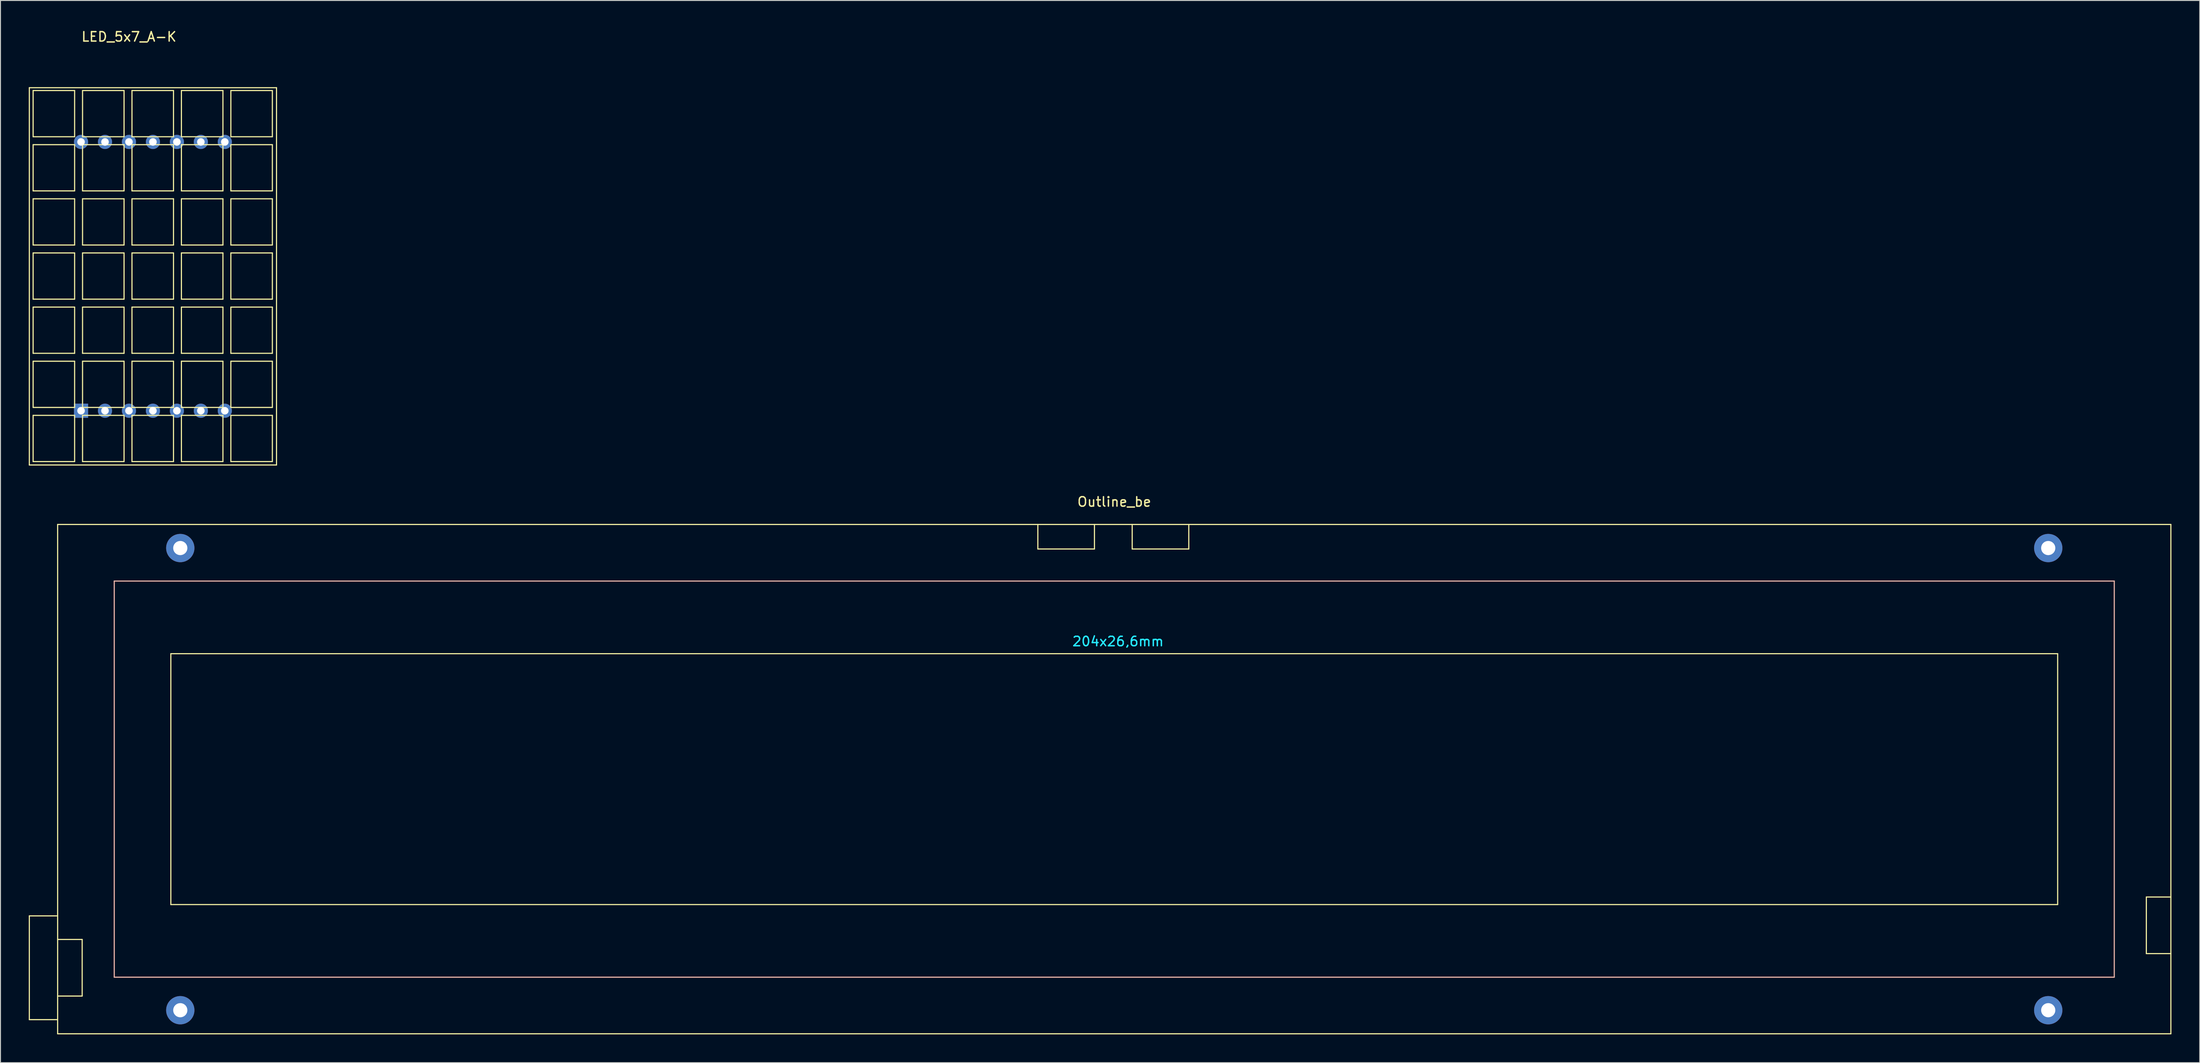
<source format=kicad_pcb>
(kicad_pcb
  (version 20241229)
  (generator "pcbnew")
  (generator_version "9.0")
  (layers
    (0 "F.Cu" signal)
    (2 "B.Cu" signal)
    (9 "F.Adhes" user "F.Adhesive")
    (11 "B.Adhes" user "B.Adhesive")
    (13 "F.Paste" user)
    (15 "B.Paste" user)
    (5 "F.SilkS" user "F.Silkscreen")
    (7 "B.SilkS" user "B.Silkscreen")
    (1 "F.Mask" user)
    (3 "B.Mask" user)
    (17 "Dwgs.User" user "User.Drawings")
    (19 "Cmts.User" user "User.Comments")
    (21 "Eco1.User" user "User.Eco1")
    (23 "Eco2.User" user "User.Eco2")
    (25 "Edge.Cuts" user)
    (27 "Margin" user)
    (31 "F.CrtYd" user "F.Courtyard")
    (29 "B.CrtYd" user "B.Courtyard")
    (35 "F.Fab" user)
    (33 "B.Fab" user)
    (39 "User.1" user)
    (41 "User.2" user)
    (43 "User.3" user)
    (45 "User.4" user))
  (footprint "LED_5x7_A-K"
    (layer "F.Cu")
    (at 13.16 26.248)
    (property "Reference" "LED_5x7_A-K" (at -2.54 -25.4 0) (layer "F.SilkS") (effects (font (size 1 1) (thickness 0.15))))
    (attr through_hole)
    (fp_line (start -13.1 20) (end -13.1 -20) (stroke (width 0.12) (type solid)) (layer "F.SilkS"))
    (fp_line (start -12.7 -19.7) (end -12.7 -14.8) (stroke (width 0.12) (type solid)) (layer "F.SilkS"))
    (fp_line (start -12.7 -13.96) (end -12.7 -9.06) (stroke (width 0.12) (type solid)) (layer "F.SilkS"))
    (fp_line (start -12.7 -8.22) (end -12.7 -3.32) (stroke (width 0.12) (type solid)) (layer "F.SilkS"))
    (fp_line (start -12.7 -2.48) (end -12.7 2.42) (stroke (width 0.12) (type solid)) (layer "F.SilkS"))
    (fp_line (start -12.7 3.26) (end -12.7 8.16) (stroke (width 0.12) (type solid)) (layer "F.SilkS"))
    (fp_line (start -12.7 9) (end -12.7 13.9) (stroke (width 0.12) (type solid)) (layer "F.SilkS"))
    (fp_line (start -12.7 14.74) (end -12.7 19.64) (stroke (width 0.12) (type solid)) (layer "F.SilkS"))
    (fp_line (start -8.3 -19.7) (end -12.7 -19.7) (stroke (width 0.12) (type solid)) (layer "F.SilkS"))
    (fp_line (start -8.3 -19.7) (end -8.3 -14.8) (stroke (width 0.12) (type solid)) (layer "F.SilkS"))
    (fp_line (start -8.3 -14.8) (end -12.7 -14.8) (stroke (width 0.12) (type solid)) (layer "F.SilkS"))
    (fp_line (start -8.3 -13.96) (end -12.7 -13.96) (stroke (width 0.12) (type solid)) (layer "F.SilkS"))
    (fp_line (start -8.3 -13.96) (end -8.3 -9.06) (stroke (width 0.12) (type solid)) (layer "F.SilkS"))
    (fp_line (start -8.3 -9.06) (end -12.7 -9.06) (stroke (width 0.12) (type solid)) (layer "F.SilkS"))
    (fp_line (start -8.3 -8.22) (end -12.7 -8.22) (stroke (width 0.12) (type solid)) (layer "F.SilkS"))
    (fp_line (start -8.3 -8.22) (end -8.3 -3.32) (stroke (width 0.12) (type solid)) (layer "F.SilkS"))
    (fp_line (start -8.3 -3.32) (end -12.7 -3.32) (stroke (width 0.12) (type solid)) (layer "F.SilkS"))
    (fp_line (start -8.3 -2.48) (end -12.7 -2.48) (stroke (width 0.12) (type solid)) (layer "F.SilkS"))
    (fp_line (start -8.3 -2.48) (end -8.3 2.42) (stroke (width 0.12) (type solid)) (layer "F.SilkS"))
    (fp_line (start -8.3 2.42) (end -12.7 2.42) (stroke (width 0.12) (type solid)) (layer "F.SilkS"))
    (fp_line (start -8.3 3.26) (end -12.7 3.26) (stroke (width 0.12) (type solid)) (layer "F.SilkS"))
    (fp_line (start -8.3 3.26) (end -8.3 8.16) (stroke (width 0.12) (type solid)) (layer "F.SilkS"))
    (fp_line (start -8.3 8.16) (end -12.7 8.16) (stroke (width 0.12) (type solid)) (layer "F.SilkS"))
    (fp_line (start -8.3 9) (end -12.7 9) (stroke (width 0.12) (type solid)) (layer "F.SilkS"))
    (fp_line (start -8.3 9) (end -8.3 13.9) (stroke (width 0.12) (type solid)) (layer "F.SilkS"))
    (fp_line (start -8.3 13.9) (end -12.7 13.9) (stroke (width 0.12) (type solid)) (layer "F.SilkS"))
    (fp_line (start -8.3 14.74) (end -12.7 14.74) (stroke (width 0.12) (type solid)) (layer "F.SilkS"))
    (fp_line (start -8.3 14.74) (end -8.3 19.64) (stroke (width 0.12) (type solid)) (layer "F.SilkS"))
    (fp_line (start -8.3 19.64) (end -12.7 19.64) (stroke (width 0.12) (type solid)) (layer "F.SilkS"))
    (fp_line (start -7.46 -19.7) (end -7.46 -14.8) (stroke (width 0.12) (type solid)) (layer "F.SilkS"))
    (fp_line (start -7.46 -13.96) (end -7.46 -9.06) (stroke (width 0.12) (type solid)) (layer "F.SilkS"))
    (fp_line (start -7.46 -8.22) (end -7.46 -3.32) (stroke (width 0.12) (type solid)) (layer "F.SilkS"))
    (fp_line (start -7.46 -2.48) (end -7.46 2.42) (stroke (width 0.12) (type solid)) (layer "F.SilkS"))
    (fp_line (start -7.46 3.26) (end -7.46 8.16) (stroke (width 0.12) (type solid)) (layer "F.SilkS"))
    (fp_line (start -7.46 9) (end -7.46 13.9) (stroke (width 0.12) (type solid)) (layer "F.SilkS"))
    (fp_line (start -7.46 14.74) (end -7.46 19.64) (stroke (width 0.12) (type solid)) (layer "F.SilkS"))
    (fp_line (start -3.06 -19.7) (end -7.46 -19.7) (stroke (width 0.12) (type solid)) (layer "F.SilkS"))
    (fp_line (start -3.06 -19.7) (end -3.06 -14.8) (stroke (width 0.12) (type solid)) (layer "F.SilkS"))
    (fp_line (start -3.06 -14.8) (end -7.46 -14.8) (stroke (width 0.12) (type solid)) (layer "F.SilkS"))
    (fp_line (start -3.06 -13.96) (end -7.46 -13.96) (stroke (width 0.12) (type solid)) (layer "F.SilkS"))
    (fp_line (start -3.06 -13.96) (end -3.06 -9.06) (stroke (width 0.12) (type solid)) (layer "F.SilkS"))
    (fp_line (start -3.06 -9.06) (end -7.46 -9.06) (stroke (width 0.12) (type solid)) (layer "F.SilkS"))
    (fp_line (start -3.06 -8.22) (end -7.46 -8.22) (stroke (width 0.12) (type solid)) (layer "F.SilkS"))
    (fp_line (start -3.06 -8.22) (end -3.06 -3.32) (stroke (width 0.12) (type solid)) (layer "F.SilkS"))
    (fp_line (start -3.06 -3.32) (end -7.46 -3.32) (stroke (width 0.12) (type solid)) (layer "F.SilkS"))
    (fp_line (start -3.06 -2.48) (end -7.46 -2.48) (stroke (width 0.12) (type solid)) (layer "F.SilkS"))
    (fp_line (start -3.06 -2.48) (end -3.06 2.42) (stroke (width 0.12) (type solid)) (layer "F.SilkS"))
    (fp_line (start -3.06 2.42) (end -7.46 2.42) (stroke (width 0.12) (type solid)) (layer "F.SilkS"))
    (fp_line (start -3.06 3.26) (end -7.46 3.26) (stroke (width 0.12) (type solid)) (layer "F.SilkS"))
    (fp_line (start -3.06 3.26) (end -3.06 8.16) (stroke (width 0.12) (type solid)) (layer "F.SilkS"))
    (fp_line (start -3.06 8.16) (end -7.46 8.16) (stroke (width 0.12) (type solid)) (layer "F.SilkS"))
    (fp_line (start -3.06 9) (end -7.46 9) (stroke (width 0.12) (type solid)) (layer "F.SilkS"))
    (fp_line (start -3.06 9) (end -3.06 13.9) (stroke (width 0.12) (type solid)) (layer "F.SilkS"))
    (fp_line (start -3.06 13.9) (end -7.46 13.9) (stroke (width 0.12) (type solid)) (layer "F.SilkS"))
    (fp_line (start -3.06 14.74) (end -7.46 14.74) (stroke (width 0.12) (type solid)) (layer "F.SilkS"))
    (fp_line (start -3.06 14.74) (end -3.06 19.64) (stroke (width 0.12) (type solid)) (layer "F.SilkS"))
    (fp_line (start -3.06 19.64) (end -7.46 19.64) (stroke (width 0.12) (type solid)) (layer "F.SilkS"))
    (fp_line (start -2.22 -19.7) (end -2.22 -14.8) (stroke (width 0.12) (type solid)) (layer "F.SilkS"))
    (fp_line (start -2.22 -13.96) (end -2.22 -9.06) (stroke (width 0.12) (type solid)) (layer "F.SilkS"))
    (fp_line (start -2.22 -8.22) (end -2.22 -3.32) (stroke (width 0.12) (type solid)) (layer "F.SilkS"))
    (fp_line (start -2.22 -2.48) (end -2.22 2.42) (stroke (width 0.12) (type solid)) (layer "F.SilkS"))
    (fp_line (start -2.22 3.26) (end -2.22 8.16) (stroke (width 0.12) (type solid)) (layer "F.SilkS"))
    (fp_line (start -2.22 9) (end -2.22 13.9) (stroke (width 0.12) (type solid)) (layer "F.SilkS"))
    (fp_line (start -2.22 14.74) (end -2.22 19.64) (stroke (width 0.12) (type solid)) (layer "F.SilkS"))
    (fp_line (start 2.18 -19.7) (end -2.22 -19.7) (stroke (width 0.12) (type solid)) (layer "F.SilkS"))
    (fp_line (start 2.18 -19.7) (end 2.18 -14.8) (stroke (width 0.12) (type solid)) (layer "F.SilkS"))
    (fp_line (start 2.18 -14.8) (end -2.22 -14.8) (stroke (width 0.12) (type solid)) (layer "F.SilkS"))
    (fp_line (start 2.18 -13.96) (end -2.22 -13.96) (stroke (width 0.12) (type solid)) (layer "F.SilkS"))
    (fp_line (start 2.18 -13.96) (end 2.18 -9.06) (stroke (width 0.12) (type solid)) (layer "F.SilkS"))
    (fp_line (start 2.18 -9.06) (end -2.22 -9.06) (stroke (width 0.12) (type solid)) (layer "F.SilkS"))
    (fp_line (start 2.18 -8.22) (end -2.22 -8.22) (stroke (width 0.12) (type solid)) (layer "F.SilkS"))
    (fp_line (start 2.18 -8.22) (end 2.18 -3.32) (stroke (width 0.12) (type solid)) (layer "F.SilkS"))
    (fp_line (start 2.18 -3.32) (end -2.22 -3.32) (stroke (width 0.12) (type solid)) (layer "F.SilkS"))
    (fp_line (start 2.18 -2.48) (end -2.22 -2.48) (stroke (width 0.12) (type solid)) (layer "F.SilkS"))
    (fp_line (start 2.18 -2.48) (end 2.18 2.42) (stroke (width 0.12) (type solid)) (layer "F.SilkS"))
    (fp_line (start 2.18 2.42) (end -2.22 2.42) (stroke (width 0.12) (type solid)) (layer "F.SilkS"))
    (fp_line (start 2.18 3.26) (end -2.22 3.26) (stroke (width 0.12) (type solid)) (layer "F.SilkS"))
    (fp_line (start 2.18 3.26) (end 2.18 8.16) (stroke (width 0.12) (type solid)) (layer "F.SilkS"))
    (fp_line (start 2.18 8.16) (end -2.22 8.16) (stroke (width 0.12) (type solid)) (layer "F.SilkS"))
    (fp_line (start 2.18 9) (end -2.22 9) (stroke (width 0.12) (type solid)) (layer "F.SilkS"))
    (fp_line (start 2.18 9) (end 2.18 13.9) (stroke (width 0.12) (type solid)) (layer "F.SilkS"))
    (fp_line (start 2.18 13.9) (end -2.22 13.9) (stroke (width 0.12) (type solid)) (layer "F.SilkS"))
    (fp_line (start 2.18 14.74) (end -2.22 14.74) (stroke (width 0.12) (type solid)) (layer "F.SilkS"))
    (fp_line (start 2.18 14.74) (end 2.18 19.64) (stroke (width 0.12) (type solid)) (layer "F.SilkS"))
    (fp_line (start 2.18 19.64) (end -2.22 19.64) (stroke (width 0.12) (type solid)) (layer "F.SilkS"))
    (fp_line (start 3.02 -19.7) (end 3.02 -14.8) (stroke (width 0.12) (type solid)) (layer "F.SilkS"))
    (fp_line (start 3.02 -13.96) (end 3.02 -9.06) (stroke (width 0.12) (type solid)) (layer "F.SilkS"))
    (fp_line (start 3.02 -8.22) (end 3.02 -3.32) (stroke (width 0.12) (type solid)) (layer "F.SilkS"))
    (fp_line (start 3.02 -2.48) (end 3.02 2.42) (stroke (width 0.12) (type solid)) (layer "F.SilkS"))
    (fp_line (start 3.02 3.26) (end 3.02 8.16) (stroke (width 0.12) (type solid)) (layer "F.SilkS"))
    (fp_line (start 3.02 9) (end 3.02 13.9) (stroke (width 0.12) (type solid)) (layer "F.SilkS"))
    (fp_line (start 3.02 14.74) (end 3.02 19.64) (stroke (width 0.12) (type solid)) (layer "F.SilkS"))
    (fp_line (start 7.42 -19.7) (end 3.02 -19.7) (stroke (width 0.12) (type solid)) (layer "F.SilkS"))
    (fp_line (start 7.42 -19.7) (end 7.42 -14.8) (stroke (width 0.12) (type solid)) (layer "F.SilkS"))
    (fp_line (start 7.42 -14.8) (end 3.02 -14.8) (stroke (width 0.12) (type solid)) (layer "F.SilkS"))
    (fp_line (start 7.42 -13.96) (end 3.02 -13.96) (stroke (width 0.12) (type solid)) (layer "F.SilkS"))
    (fp_line (start 7.42 -13.96) (end 7.42 -9.06) (stroke (width 0.12) (type solid)) (layer "F.SilkS"))
    (fp_line (start 7.42 -9.06) (end 3.02 -9.06) (stroke (width 0.12) (type solid)) (layer "F.SilkS"))
    (fp_line (start 7.42 -8.22) (end 3.02 -8.22) (stroke (width 0.12) (type solid)) (layer "F.SilkS"))
    (fp_line (start 7.42 -8.22) (end 7.42 -3.32) (stroke (width 0.12) (type solid)) (layer "F.SilkS"))
    (fp_line (start 7.42 -3.32) (end 3.02 -3.32) (stroke (width 0.12) (type solid)) (layer "F.SilkS"))
    (fp_line (start 7.42 -2.48) (end 3.02 -2.48) (stroke (width 0.12) (type solid)) (layer "F.SilkS"))
    (fp_line (start 7.42 -2.48) (end 7.42 2.42) (stroke (width 0.12) (type solid)) (layer "F.SilkS"))
    (fp_line (start 7.42 2.42) (end 3.02 2.42) (stroke (width 0.12) (type solid)) (layer "F.SilkS"))
    (fp_line (start 7.42 3.26) (end 3.02 3.26) (stroke (width 0.12) (type solid)) (layer "F.SilkS"))
    (fp_line (start 7.42 3.26) (end 7.42 8.16) (stroke (width 0.12) (type solid)) (layer "F.SilkS"))
    (fp_line (start 7.42 8.16) (end 3.02 8.16) (stroke (width 0.12) (type solid)) (layer "F.SilkS"))
    (fp_line (start 7.42 9) (end 3.02 9) (stroke (width 0.12) (type solid)) (layer "F.SilkS"))
    (fp_line (start 7.42 9) (end 7.42 13.9) (stroke (width 0.12) (type solid)) (layer "F.SilkS"))
    (fp_line (start 7.42 13.9) (end 3.02 13.9) (stroke (width 0.12) (type solid)) (layer "F.SilkS"))
    (fp_line (start 7.42 14.74) (end 3.02 14.74) (stroke (width 0.12) (type solid)) (layer "F.SilkS"))
    (fp_line (start 7.42 14.74) (end 7.42 19.64) (stroke (width 0.12) (type solid)) (layer "F.SilkS"))
    (fp_line (start 7.42 19.64) (end 3.02 19.64) (stroke (width 0.12) (type solid)) (layer "F.SilkS"))
    (fp_line (start 8.26 -19.7) (end 8.26 -14.8) (stroke (width 0.12) (type solid)) (layer "F.SilkS"))
    (fp_line (start 8.26 -13.96) (end 8.26 -9.06) (stroke (width 0.12) (type solid)) (layer "F.SilkS"))
    (fp_line (start 8.26 -8.22) (end 8.26 -3.32) (stroke (width 0.12) (type solid)) (layer "F.SilkS"))
    (fp_line (start 8.26 -2.48) (end 8.26 2.42) (stroke (width 0.12) (type solid)) (layer "F.SilkS"))
    (fp_line (start 8.26 3.26) (end 8.26 8.16) (stroke (width 0.12) (type solid)) (layer "F.SilkS"))
    (fp_line (start 8.26 9) (end 8.26 13.9) (stroke (width 0.12) (type solid)) (layer "F.SilkS"))
    (fp_line (start 8.26 14.74) (end 8.26 19.64) (stroke (width 0.12) (type solid)) (layer "F.SilkS"))
    (fp_line (start 12.66 -19.7) (end 8.26 -19.7) (stroke (width 0.12) (type solid)) (layer "F.SilkS"))
    (fp_line (start 12.66 -19.7) (end 12.66 -14.8) (stroke (width 0.12) (type solid)) (layer "F.SilkS"))
    (fp_line (start 12.66 -14.8) (end 8.26 -14.8) (stroke (width 0.12) (type solid)) (layer "F.SilkS"))
    (fp_line (start 12.66 -13.96) (end 8.26 -13.96) (stroke (width 0.12) (type solid)) (layer "F.SilkS"))
    (fp_line (start 12.66 -13.96) (end 12.66 -9.06) (stroke (width 0.12) (type solid)) (layer "F.SilkS"))
    (fp_line (start 12.66 -9.06) (end 8.26 -9.06) (stroke (width 0.12) (type solid)) (layer "F.SilkS"))
    (fp_line (start 12.66 -8.22) (end 8.26 -8.22) (stroke (width 0.12) (type solid)) (layer "F.SilkS"))
    (fp_line (start 12.66 -8.22) (end 12.66 -3.32) (stroke (width 0.12) (type solid)) (layer "F.SilkS"))
    (fp_line (start 12.66 -3.32) (end 8.26 -3.32) (stroke (width 0.12) (type solid)) (layer "F.SilkS"))
    (fp_line (start 12.66 -2.48) (end 8.26 -2.48) (stroke (width 0.12) (type solid)) (layer "F.SilkS"))
    (fp_line (start 12.66 -2.48) (end 12.66 2.42) (stroke (width 0.12) (type solid)) (layer "F.SilkS"))
    (fp_line (start 12.66 2.42) (end 8.26 2.42) (stroke (width 0.12) (type solid)) (layer "F.SilkS"))
    (fp_line (start 12.66 3.26) (end 8.26 3.26) (stroke (width 0.12) (type solid)) (layer "F.SilkS"))
    (fp_line (start 12.66 3.26) (end 12.66 8.16) (stroke (width 0.12) (type solid)) (layer "F.SilkS"))
    (fp_line (start 12.66 8.16) (end 8.26 8.16) (stroke (width 0.12) (type solid)) (layer "F.SilkS"))
    (fp_line (start 12.66 9) (end 8.26 9) (stroke (width 0.12) (type solid)) (layer "F.SilkS"))
    (fp_line (start 12.66 9) (end 12.66 13.9) (stroke (width 0.12) (type solid)) (layer "F.SilkS"))
    (fp_line (start 12.66 13.9) (end 8.26 13.9) (stroke (width 0.12) (type solid)) (layer "F.SilkS"))
    (fp_line (start 12.66 14.74) (end 8.26 14.74) (stroke (width 0.12) (type solid)) (layer "F.SilkS"))
    (fp_line (start 12.66 14.74) (end 12.66 19.64) (stroke (width 0.12) (type solid)) (layer "F.SilkS"))
    (fp_line (start 12.66 19.64) (end 8.26 19.64) (stroke (width 0.12) (type solid)) (layer "F.SilkS"))
    (fp_line (start 13.1 -20) (end -13.1 -20) (stroke (width 0.12) (type solid)) (layer "F.SilkS"))
    (fp_line (start 13.1 20) (end -13.1 20) (stroke (width 0.12) (type solid)) (layer "F.SilkS"))
    (fp_line (start 13.1 20) (end 13.1 -20) (stroke (width 0.12) (type solid)) (layer "F.SilkS"))
    (pad "1" thru_hole rect (at -7.62 14.25) (size 1.5 1.5) (drill 0.8) (layers "*.Cu" "*.Mask"))
    (pad "2" thru_hole circle (at -5.08 14.25) (size 1.5 1.5) (drill 0.8) (layers "*.Cu" "*.Mask"))
    (pad "3" thru_hole circle (at -2.54 14.25) (size 1.5 1.5) (drill 0.8) (layers "*.Cu" "*.Mask"))
    (pad "4" thru_hole circle (at 0 14.25) (size 1.5 1.5) (drill 0.8) (layers "*.Cu" "*.Mask"))
    (pad "5" thru_hole circle (at 2.54 14.25) (size 1.5 1.5) (drill 0.8) (layers "*.Cu" "*.Mask"))
    (pad "6" thru_hole circle (at 5.08 14.25) (size 1.5 1.5) (drill 0.8) (layers "*.Cu" "*.Mask"))
    (pad "7" thru_hole circle (at 7.62 14.25) (size 1.5 1.5) (drill 0.8) (layers "*.Cu" "*.Mask"))
    (pad "8" thru_hole circle (at 7.62 -14.25) (size 1.5 1.5) (drill 0.8) (layers "*.Cu" "*.Mask"))
    (pad "9" thru_hole circle (at 5.08 -14.25) (size 1.5 1.5) (drill 0.8) (layers "*.Cu" "*.Mask"))
    (pad "10" thru_hole circle (at 2.54 -14.25) (size 1.5 1.5) (drill 0.8) (layers "*.Cu" "*.Mask"))
    (pad "11" thru_hole circle (at 0 -14.25) (size 1.5 1.5) (drill 0.8) (layers "*.Cu" "*.Mask"))
    (pad "12" thru_hole circle (at -2.54 -14.25) (size 1.5 1.5) (drill 0.8) (layers "*.Cu" "*.Mask"))
    (pad "13" thru_hole circle (at -5.08 -14.25) (size 1.5 1.5) (drill 0.8) (layers "*.Cu" "*.Mask"))
    (pad "14" thru_hole circle (at -7.62 -14.25) (size 1.5 1.5) (drill 0.8) (layers "*.Cu" "*.Mask")))
  (footprint "Outline_be"
    (layer "F.Cu")
    (at 115.06 79.556)
    (property "Reference" "Outline_be" (at 0 -29.4 0) (layer "F.SilkS") (effects (font (size 1 1) (thickness 0.15))))
    (attr through_hole)
    (fp_line (start -115 14.5) (end -112 14.5) (stroke (width 0.12) (type solid)) (layer "F.SilkS"))
    (fp_line (start -115 25.5) (end -115 14.5) (stroke (width 0.12) (type solid)) (layer "F.SilkS"))
    (fp_line (start -112 23) (end -109.4 23) (stroke (width 0.12) (type solid)) (layer "F.SilkS"))
    (fp_line (start -112 25.5) (end -115 25.5) (stroke (width 0.12) (type solid)) (layer "F.SilkS"))
    (fp_line (start -112 27) (end -112 -27) (stroke (width 0.12) (type solid)) (layer "F.SilkS"))
    (fp_line (start -109.4 17) (end -112 17) (stroke (width 0.12) (type solid)) (layer "F.SilkS"))
    (fp_line (start -109.4 17) (end -109.4 23) (stroke (width 0.12) (type solid)) (layer "F.SilkS"))
    (fp_line (start -100 13.3) (end -100 -13.3) (stroke (width 0.12) (type solid)) (layer "F.SilkS"))
    (fp_line (start -8.1 -27) (end -8.1 -24.4) (stroke (width 0.12) (type solid)) (layer "F.SilkS"))
    (fp_line (start -8.1 -24.4) (end -2.1 -24.4) (stroke (width 0.12) (type solid)) (layer "F.SilkS"))
    (fp_line (start -2.1 -24.4) (end -2.1 -27) (stroke (width 0.12) (type solid)) (layer "F.SilkS"))
    (fp_line (start 1.9 -27) (end 1.9 -24.4) (stroke (width 0.12) (type solid)) (layer "F.SilkS"))
    (fp_line (start 1.9 -24.4) (end 7.9 -24.4) (stroke (width 0.12) (type solid)) (layer "F.SilkS"))
    (fp_line (start 7.9 -24.4) (end 7.9 -27) (stroke (width 0.12) (type solid)) (layer "F.SilkS"))
    (fp_line (start 100 -13.3) (end -100 -13.3) (stroke (width 0.12) (type solid)) (layer "F.SilkS"))
    (fp_line (start 100 13.3) (end -100 13.3) (stroke (width 0.12) (type solid)) (layer "F.SilkS"))
    (fp_line (start 100 13.3) (end 100 -13.3) (stroke (width 0.12) (type solid)) (layer "F.SilkS"))
    (fp_line (start 109.4 12.5) (end 109.4 18.5) (stroke (width 0.12) (type solid)) (layer "F.SilkS"))
    (fp_line (start 109.4 18.5) (end 112 18.5) (stroke (width 0.12) (type solid)) (layer "F.SilkS"))
    (fp_line (start 112 -27) (end -112 -27) (stroke (width 0.12) (type solid)) (layer "F.SilkS"))
    (fp_line (start 112 12.5) (end 109.4 12.5) (stroke (width 0.12) (type solid)) (layer "F.SilkS"))
    (fp_line (start 112 27) (end -112 27) (stroke (width 0.12) (type solid)) (layer "F.SilkS"))
    (fp_line (start 112 27) (end 112 -27) (stroke (width 0.12) (type solid)) (layer "F.SilkS"))
    (fp_line (start -106 -21) (end 106 -21) (stroke (width 0.12) (type solid)) (layer "B.SilkS"))
    (fp_line (start -106 21) (end -106 -21) (stroke (width 0.12) (type solid)) (layer "B.SilkS"))
    (fp_line (start 106 -21) (end 106 21) (stroke (width 0.12) (type solid)) (layer "B.SilkS"))
    (fp_line (start 106 21) (end -106 21) (stroke (width 0.12) (type solid)) (layer "B.SilkS"))
    (fp_text user "204x26,6mm" (at 0.4 -14.6 0) (layer "B.CrtYd") (effects (font (size 1 1) (thickness 0.15))))
    (pad "" thru_hole circle (at -99 -24.5) (size 3 3) (drill 1.5) (layers "*.Cu" "*.Mask"))
    (pad "" thru_hole circle (at -99 24.5) (size 3 3) (drill 1.5) (layers "*.Cu" "*.Mask"))
    (pad "" thru_hole circle (at 99 -24.5) (size 3 3) (drill 1.5) (layers "*.Cu" "*.Mask"))
    (pad "" thru_hole circle (at 99 24.5) (size 3 3) (drill 1.5) (layers "*.Cu" "*.Mask")))
  (gr_rect
    (start -3 -3)
    (end 230.12 109.617)
    (stroke (width 0.1) (type default))
    (fill no)
    (layer "Edge.Cuts")))
</source>
